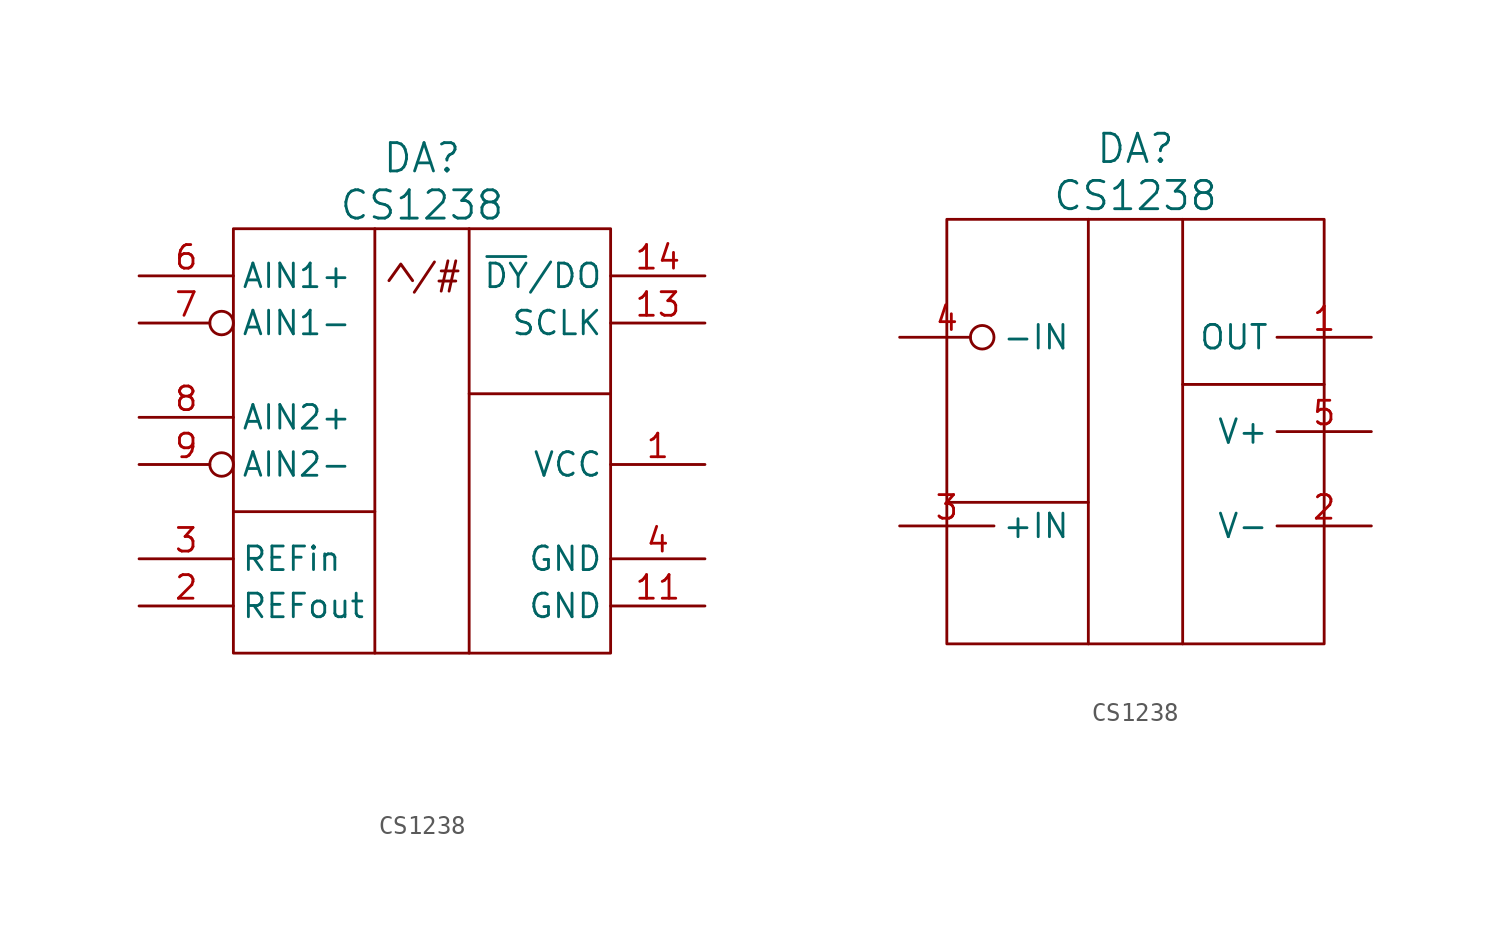
<source format=kicad_sym>
(kicad_symbol_lib
  (version 20220914)
  (generator kicad_symbol_editor)
  (symbol "CS1238"
    (pin_names
      (offset 0.406))
    (property "Reference" "DA"
      (at 0 15.24 0)
      (effects (font (size 1.524 1.524))))
    (property "Value" "CS1238"
      (at 0 12.7 0)
      (effects (font (size 1.524 1.524))))
    (property "Datasheet" ""
      (at 0 -5.08 0)
      (effects (font (size 1.524 1.524))))
    (symbol "CS1238_0_0"
      (rectangle (start -10.16 11.43) (end 10.16 -11.43) (stroke (width 0) (type solid)) (fill (type none)))
      (polyline (pts (xy -10.16 -3.81) (xy -2.54 -3.81)) (stroke (width 0) (type solid)) (fill (type none)))
      (polyline (pts (xy 2.54 2.54) (xy 10.16 2.54)) (stroke (width 0) (type solid)) (fill (type none)))
      (polyline (pts (xy -2.54 11.43) (xy -2.54 -2.54) (xy -2.54 -11.43)) (stroke (width 0) (type solid)) (fill (type none)))
      (polyline (pts (xy 2.54 -11.43) (xy 2.54 11.43) (xy 2.54 11.43) (xy 2.54 11.43)) (stroke (width 0) (type solid)) (fill (type none))))
    (symbol "CS1238_1_1"
      (polyline (pts (xy -1.778 8.636) (xy -1.143 9.525) (xy -0.508 8.636)) (stroke (width 0.16) (type default)) (fill (type none)))
      (text "/#" (at 0.762 8.89 0) (effects (font (size 1.27 1.27))))
      (pin power_in line (at 15.24 -1.27 180) (length 5.08) (name "VCC" (effects (font (size 1.27 1.27)))) (number "1" (effects (font (size 1.27 1.27)))))
      (pin no_connect line (at 0 -16.51 90) (length 5.08) hide (name "NC" (effects (font (size 1.27 1.27)))) (number "10" (effects (font (size 1.27 1.27)))))
      (pin power_in line (at 15.24 -8.89 180) (length 5.08) (name "GND" (effects (font (size 1.27 1.27)))) (number "11" (effects (font (size 1.27 1.27)))))
      (pin no_connect line (at 2.54 -16.51 90) (length 5.08) hide (name "NC" (effects (font (size 1.27 1.27)))) (number "12" (effects (font (size 1.27 1.27)))))
      (pin input line (at 15.24 6.35 180) (length 5.08) (name "SCLK" (effects (font (size 1.27 1.27)))) (number "13" (effects (font (size 1.27 1.27)))))
      (pin input line (at 15.24 8.89 180) (length 5.08) (name "~{DY}/DO" (effects (font (size 1.27 1.27)))) (number "14" (effects (font (size 1.27 1.27)))))
      (pin passive line (at -15.24 -8.89 0) (length 5.08) (name "REFout" (effects (font (size 1.27 1.27)))) (number "2" (effects (font (size 1.27 1.27)))))
      (pin passive line (at -15.24 -6.35 0) (length 5.08) (name "REFin" (effects (font (size 1.27 1.27)))) (number "3" (effects (font (size 1.27 1.27)))))
      (pin power_in line (at 15.24 -6.35 180) (length 5.08) (name "GND" (effects (font (size 1.27 1.27)))) (number "4" (effects (font (size 1.27 1.27)))))
      (pin no_connect line (at -2.54 -16.51 90) (length 5.08) hide (name "NC" (effects (font (size 1.27 1.27)))) (number "5" (effects (font (size 1.27 1.27)))))
      (pin input line (at -15.24 8.89 0) (length 5.08) (name "AIN1+" (effects (font (size 1.27 1.27)))) (number "6" (effects (font (size 1.27 1.27)))))
      (pin input inverted (at -15.24 6.35 0) (length 5.08) (name "AIN1-" (effects (font (size 1.27 1.27)))) (number "7" (effects (font (size 1.27 1.27)))))
      (pin input line (at -15.24 1.27 0) (length 5.08) (name "AIN2+" (effects (font (size 1.27 1.27)))) (number "8" (effects (font (size 1.27 1.27)))))
      (pin input inverted (at -15.24 -1.27 0) (length 5.08) (name "AIN2-" (effects (font (size 1.27 1.27)))) (number "9" (effects (font (size 1.27 1.27))))))
    (symbol "CS1238_1_2"
      (pin input line (at 12.7 5.08 180) (length 5.08) (name "OUT" (effects (font (size 1.27 1.27)))) (number "1" (effects (font (size 1.27 1.27)))))
      (pin power_in line (at 12.7 -5.08 180) (length 5.08) (name "V-" (effects (font (size 1.27 1.27)))) (number "2" (effects (font (size 1.27 1.27)))))
      (pin input line (at -12.7 -5.08 0) (length 5.08) (name "+IN" (effects (font (size 1.27 1.27)))) (number "3" (effects (font (size 1.27 1.27)))))
      (pin input inverted (at -12.7 5.08 0) (length 5.08) (name "-IN" (effects (font (size 1.27 1.27)))) (number "4" (effects (font (size 1.27 1.27)))))
      (pin power_in line (at 12.7 0 180) (length 5.08) (name "V+" (effects (font (size 1.27 1.27)))) (number "5" (effects (font (size 1.27 1.27))))))))
</source>
